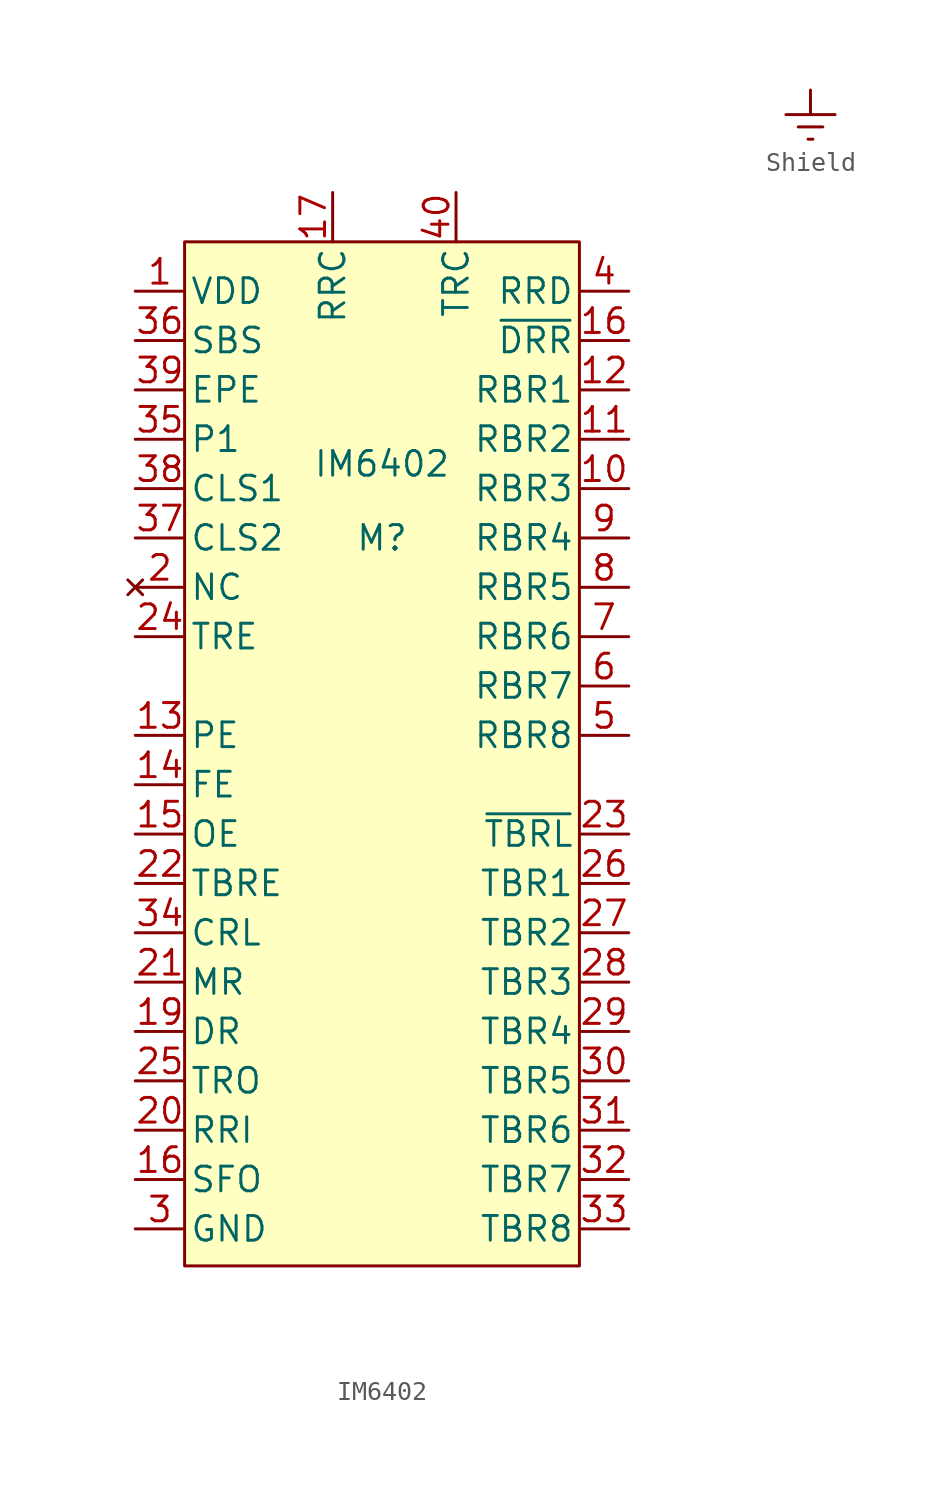
<source format=kicad_sym>
(kicad_symbol_lib
  (version 20211014)
  (generator kicad_symbol_editor)
  (symbol "IM6402"
    (pin_names
      (offset 0.254))
    (property "Reference" "M"
      (at 0 11.43 0)
      (effects (font (size 1.27 1.27))))
    (property "Value" "IM6402"
      (at 0 15.24 0)
      (effects (font (size 1.27 1.27))))
    (symbol "IM6402_0_0"
      (pin output line (at 12.7 13.97 180) (length 2.54) (name "RBR3" (effects (font (size 1.27 1.27)))) (number "10" (effects (font (size 1.27 1.27)))))
      (pin output line (at 12.7 16.51 180) (length 2.54) (name "RBR2" (effects (font (size 1.27 1.27)))) (number "11" (effects (font (size 1.27 1.27)))))
      (pin bidirectional line (at 12.7 19.05 180) (length 2.54) (name "RBR1" (effects (font (size 1.27 1.27)))) (number "12" (effects (font (size 1.27 1.27)))))
      (pin bidirectional line (at -12.7 1.27 0) (length 2.54) (name "PE" (effects (font (size 1.27 1.27)))) (number "13" (effects (font (size 1.27 1.27)))))
      (pin output line (at -12.7 -3.81 0) (length 2.54) (name "OE" (effects (font (size 1.27 1.27)))) (number "15" (effects (font (size 1.27 1.27)))))
      (pin output line (at -12.7 -21.59 0) (length 2.54) (name "SFO" (effects (font (size 1.27 1.27)))) (number "16" (effects (font (size 1.27 1.27)))))
      (pin input line (at 12.7 21.59 180) (length 2.54) (name "~{DRR}" (effects (font (size 1.27 1.27)))) (number "16" (effects (font (size 1.27 1.27)))))
      (pin bidirectional line (at -12.7 -13.97 0) (length 2.54) (name "DR" (effects (font (size 1.27 1.27)))) (number "19" (effects (font (size 1.27 1.27)))))
      (pin no_connect line (at -12.7 8.89 0) (length 2.54) (name "NC" (effects (font (size 1.27 1.27)))) (number "2" (effects (font (size 1.27 1.27)))))
      (pin input line (at -12.7 -19.05 0) (length 2.54) (name "RRI" (effects (font (size 1.27 1.27)))) (number "20" (effects (font (size 1.27 1.27)))))
      (pin input line (at -12.7 -11.43 0) (length 2.54) (name "MR" (effects (font (size 1.27 1.27)))) (number "21" (effects (font (size 1.27 1.27)))))
      (pin input line (at -12.7 -6.35 0) (length 2.54) (name "TBRE" (effects (font (size 1.27 1.27)))) (number "22" (effects (font (size 1.27 1.27)))))
      (pin bidirectional line (at 12.7 -3.81 180) (length 2.54) (name "~{TBRL}" (effects (font (size 1.27 1.27)))) (number "23" (effects (font (size 1.27 1.27)))))
      (pin bidirectional line (at -12.7 6.35 0) (length 2.54) (name "TRE" (effects (font (size 1.27 1.27)))) (number "24" (effects (font (size 1.27 1.27)))))
      (pin output line (at -12.7 -16.51 0) (length 2.54) (name "TRO" (effects (font (size 1.27 1.27)))) (number "25" (effects (font (size 1.27 1.27)))))
      (pin bidirectional line (at 12.7 -6.35 180) (length 2.54) (name "TBR1" (effects (font (size 1.27 1.27)))) (number "26" (effects (font (size 1.27 1.27)))))
      (pin bidirectional line (at 12.7 -8.89 180) (length 2.54) (name "TBR2" (effects (font (size 1.27 1.27)))) (number "27" (effects (font (size 1.27 1.27)))))
      (pin bidirectional line (at 12.7 -11.43 180) (length 2.54) (name "TBR3" (effects (font (size 1.27 1.27)))) (number "28" (effects (font (size 1.27 1.27)))))
      (pin bidirectional line (at 12.7 -13.97 180) (length 2.54) (name "TBR4" (effects (font (size 1.27 1.27)))) (number "29" (effects (font (size 1.27 1.27)))))
      (pin bidirectional line (at 12.7 -16.51 180) (length 2.54) (name "TBR5" (effects (font (size 1.27 1.27)))) (number "30" (effects (font (size 1.27 1.27)))))
      (pin bidirectional line (at 12.7 -19.05 180) (length 2.54) (name "TBR6" (effects (font (size 1.27 1.27)))) (number "31" (effects (font (size 1.27 1.27)))))
      (pin bidirectional line (at 12.7 -21.59 180) (length 2.54) (name "TBR7" (effects (font (size 1.27 1.27)))) (number "32" (effects (font (size 1.27 1.27)))))
      (pin bidirectional line (at 12.7 -24.13 180) (length 2.54) (name "TBR8" (effects (font (size 1.27 1.27)))) (number "33" (effects (font (size 1.27 1.27)))))
      (pin input line (at -12.7 -8.89 0) (length 2.54) (name "CRL" (effects (font (size 1.27 1.27)))) (number "34" (effects (font (size 1.27 1.27)))))
      (pin bidirectional line (at -12.7 16.51 0) (length 2.54) (name "P1" (effects (font (size 1.27 1.27)))) (number "35" (effects (font (size 1.27 1.27)))))
      (pin bidirectional line (at -12.7 21.59 0) (length 2.54) (name "SBS" (effects (font (size 1.27 1.27)))) (number "36" (effects (font (size 1.27 1.27)))))
      (pin bidirectional line (at -12.7 11.43 0) (length 2.54) (name "CLS2" (effects (font (size 1.27 1.27)))) (number "37" (effects (font (size 1.27 1.27)))))
      (pin bidirectional line (at -12.7 13.97 0) (length 2.54) (name "CLS1" (effects (font (size 1.27 1.27)))) (number "38" (effects (font (size 1.27 1.27)))))
      (pin bidirectional line (at -12.7 19.05 0) (length 2.54) (name "EPE" (effects (font (size 1.27 1.27)))) (number "39" (effects (font (size 1.27 1.27)))))
      (pin bidirectional line (at 12.7 1.27 180) (length 2.54) (name "RBR8" (effects (font (size 1.27 1.27)))) (number "5" (effects (font (size 1.27 1.27)))))
      (pin bidirectional line (at 12.7 3.81 180) (length 2.54) (name "RBR7" (effects (font (size 1.27 1.27)))) (number "6" (effects (font (size 1.27 1.27)))))
      (pin output line (at 12.7 6.35 180) (length 2.54) (name "RBR6" (effects (font (size 1.27 1.27)))) (number "7" (effects (font (size 1.27 1.27)))))
      (pin output line (at 12.7 8.89 180) (length 2.54) (name "RBR5" (effects (font (size 1.27 1.27)))) (number "8" (effects (font (size 1.27 1.27)))))
      (pin output line (at 12.7 11.43 180) (length 2.54) (name "RBR4" (effects (font (size 1.27 1.27)))) (number "9" (effects (font (size 1.27 1.27))))))
    (symbol "IM6402_0_1"
      (rectangle (start -10.16 26.67) (end 10.16 -26.035) (stroke (width 0) (type default) (color 0 0 0 0)) (fill (type background))))
    (symbol "IM6402_1_1"
      (pin power_in line (at -12.7 24.13 0) (length 2.54) (name "VDD" (effects (font (size 1.27 1.27)))) (number "1" (effects (font (size 1.27 1.27)))))
      (pin input line (at -12.7 -1.27 0) (length 2.54) (name "FE" (effects (font (size 1.27 1.27)))) (number "14" (effects (font (size 1.27 1.27)))))
      (pin input line (at -2.54 29.21 270) (length 2.54) (name "RRC" (effects (font (size 1.27 1.27)))) (number "17" (effects (font (size 1.27 1.27)))))
      (pin power_in line (at -12.7 -24.13 0) (length 2.54) (name "GND" (effects (font (size 1.27 1.27)))) (number "3" (effects (font (size 1.27 1.27)))))
      (pin input line (at 12.7 24.13 180) (length 2.54) (name "RRD" (effects (font (size 1.27 1.27)))) (number "4" (effects (font (size 1.27 1.27)))))
      (pin input line (at 3.81 29.21 270) (length 2.54) (name "TRC" (effects (font (size 1.27 1.27)))) (number "40" (effects (font (size 1.27 1.27)))))))
  (symbol "Shield"
    (power)
    (pin_names
      (offset 0))
    (property "Reference" "#PWR0102"
      (at 0 6.35 0)
      (effects (font (size 1.27 1.27)) hide))
    (symbol "Shield_0_1"
      (polyline (pts (xy -0.635 -1.905) (xy 0.635 -1.905)) (stroke (width 0) (type default) (color 0 0 0 0)) (fill (type none)))
      (polyline (pts (xy -0.127 -2.54) (xy 0.127 -2.54)) (stroke (width 0) (type default) (color 0 0 0 0)) (fill (type none)))
      (polyline (pts (xy 0 -1.27) (xy 0 0)) (stroke (width 0) (type default) (color 0 0 0 0)) (fill (type none)))
      (polyline (pts (xy 1.27 -1.27) (xy -1.27 -1.27)) (stroke (width 0) (type default) (color 0 0 0 0)) (fill (type none))))
    (symbol "Shield_1_1"
      (pin passive line (at 0 0 270) (length 0) hide (name "Shield" (effects (font (size 1.27 1.27)))) (number "1" (effects (font (size 1.27 1.27))))))))
</source>
